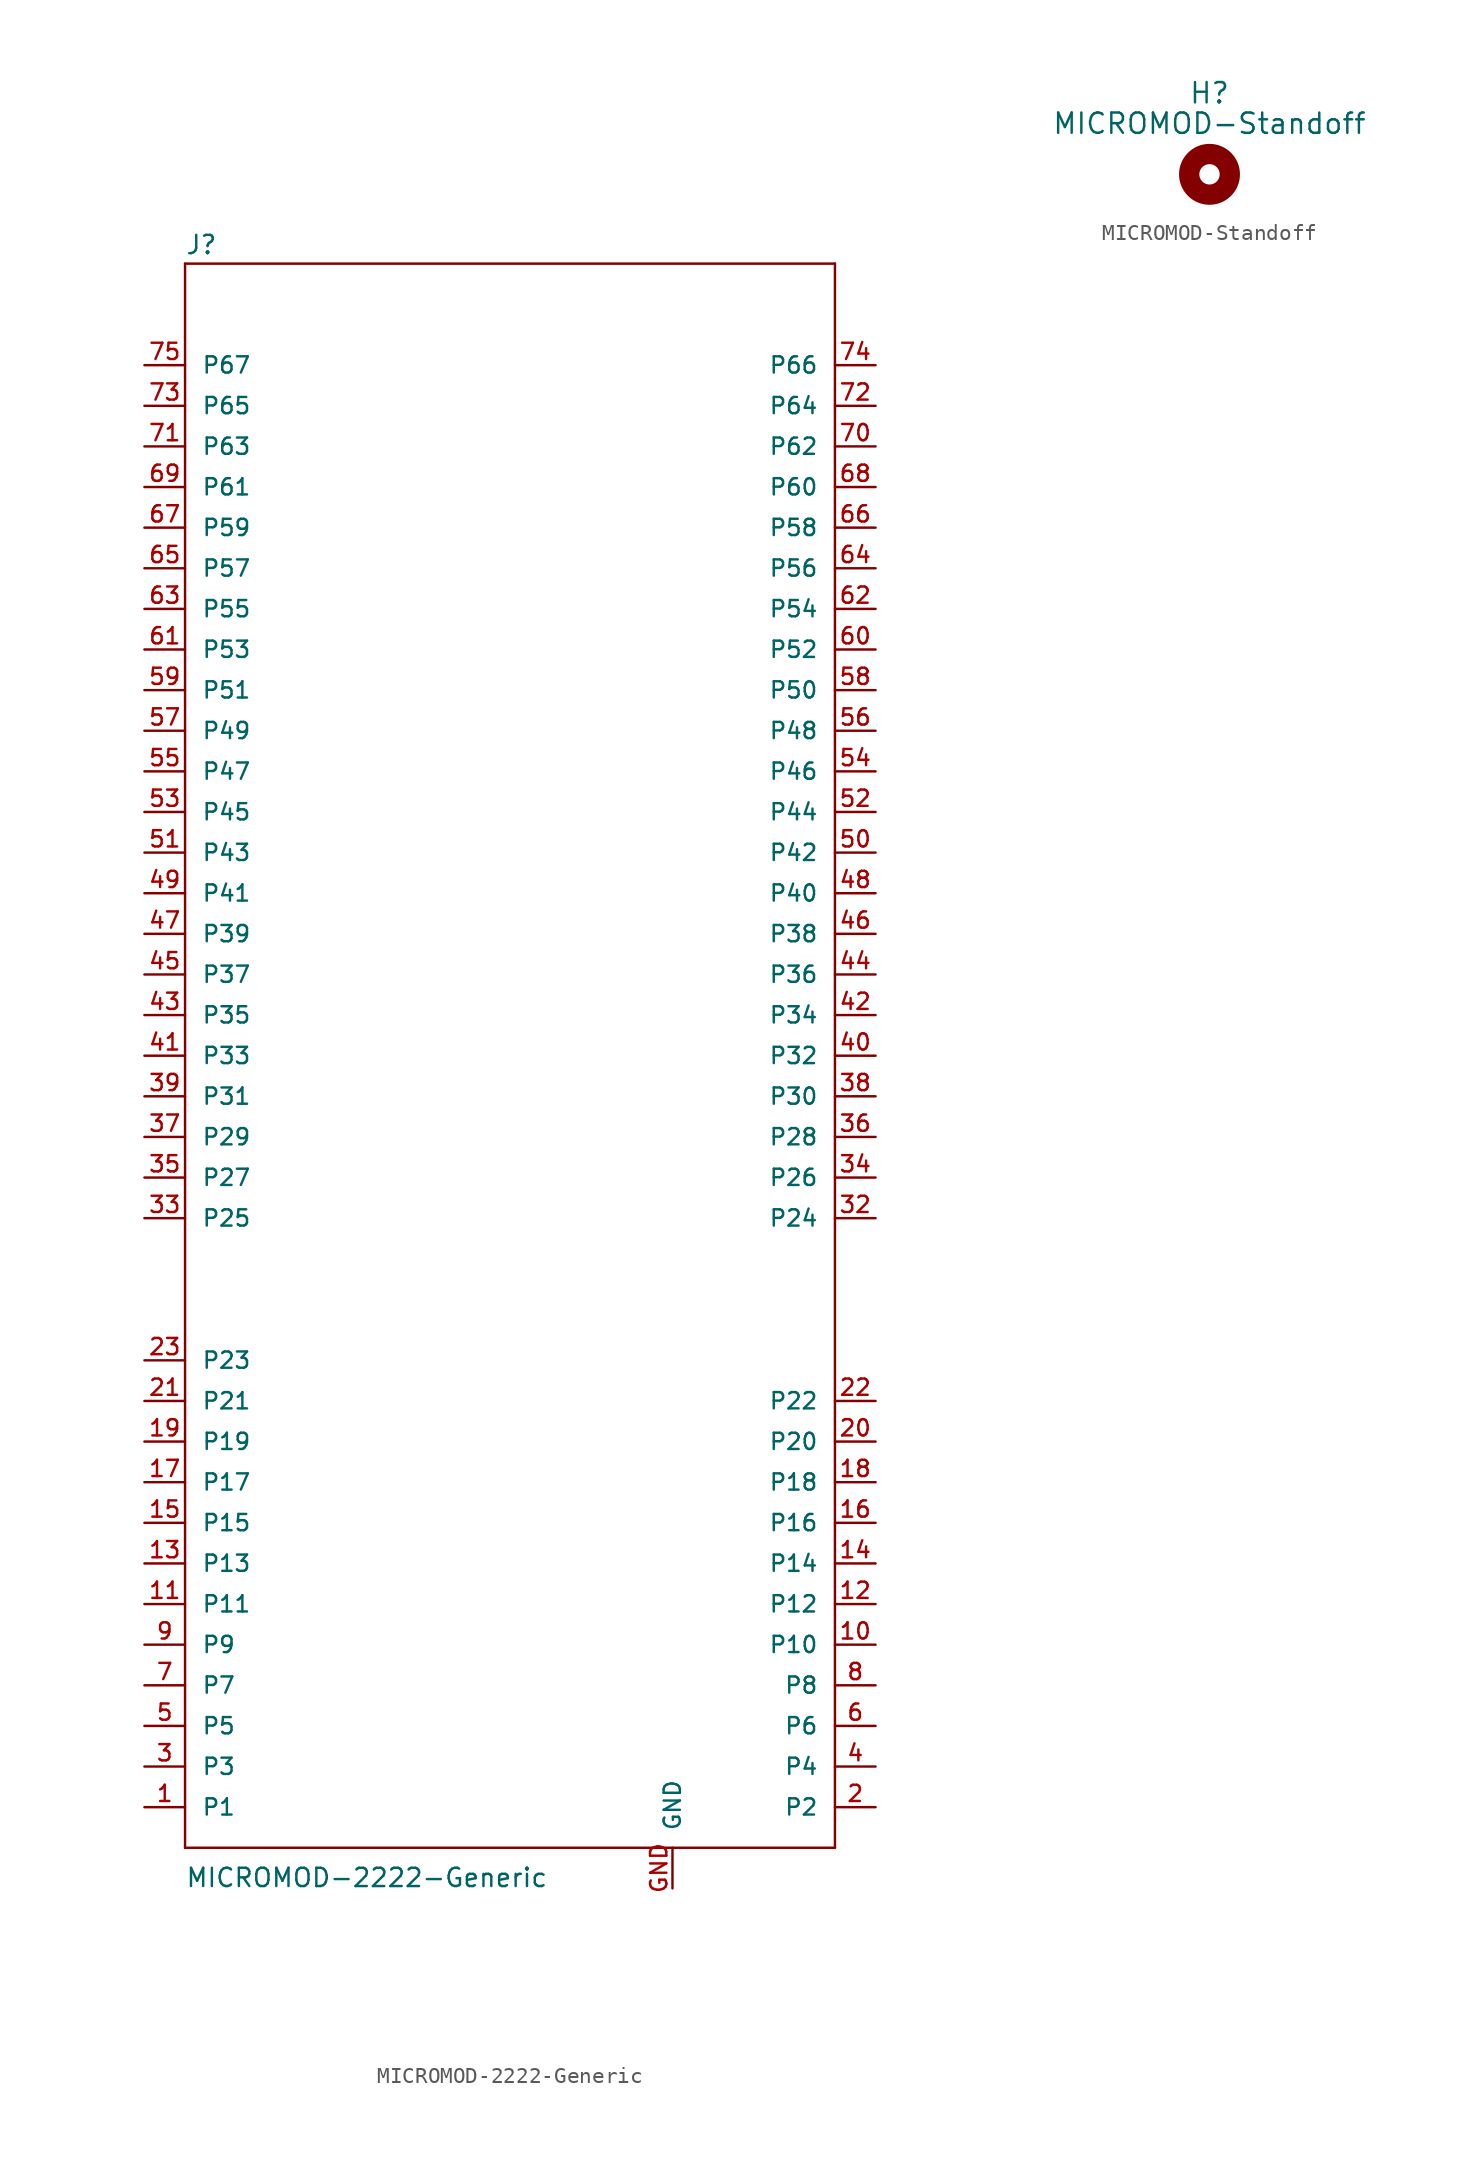
<source format=kicad_sym>
(kicad_symbol_lib
  (version 20231120)
  (generator "kicad_symbol_editor")
  (generator_version "8.0")
  (symbol "MICROMOD-2222-Generic"
    (pin_names
      (offset 1.016))
    (property "Reference" "J"
      (at -20.32 53.848 0)
      (effects (font (size 1.143 1.143)) (justify left bottom)))
    (property "Value" "MICROMOD-2222-Generic"
      (at -20.32 -48.26 0)
      (effects (font (size 1.143 1.143)) (justify left bottom)))
    (symbol "MICROMOD-2222-Generic_1_0"
      (polyline (pts (xy -20.32 -45.72) (xy -20.32 53.34)) (stroke (width 0) (type default)) (fill (type none)))
      (polyline (pts (xy -20.32 53.34) (xy 20.32 53.34)) (stroke (width 0) (type default)) (fill (type none)))
      (polyline (pts (xy 20.32 -45.72) (xy -20.32 -45.72)) (stroke (width 0) (type default)) (fill (type none)))
      (polyline (pts (xy 20.32 53.34) (xy 20.32 -45.72)) (stroke (width 0) (type default)) (fill (type none))))
    (symbol "MICROMOD-2222-Generic_1_1"
      (pin bidirectional line (at -22.86 -43.18 0) (length 2.54) (name "P1" (effects (font (size 1.016 1.016)))) (number "1" (effects (font (size 1.016 1.016)))))
      (pin bidirectional line (at 22.86 -33.02 180) (length 2.54) (name "P10" (effects (font (size 1.016 1.016)))) (number "10" (effects (font (size 1.016 1.016)))))
      (pin bidirectional line (at -22.86 -30.48 0) (length 2.54) (name "P11" (effects (font (size 1.016 1.016)))) (number "11" (effects (font (size 1.016 1.016)))))
      (pin bidirectional line (at 22.86 -30.48 180) (length 2.54) (name "P12" (effects (font (size 1.016 1.016)))) (number "12" (effects (font (size 1.016 1.016)))))
      (pin bidirectional line (at -22.86 -27.94 0) (length 2.54) (name "P13" (effects (font (size 1.016 1.016)))) (number "13" (effects (font (size 1.016 1.016)))))
      (pin bidirectional line (at 22.86 -27.94 180) (length 2.54) (name "P14" (effects (font (size 1.016 1.016)))) (number "14" (effects (font (size 1.016 1.016)))))
      (pin bidirectional line (at -22.86 -25.4 0) (length 2.54) (name "P15" (effects (font (size 1.016 1.016)))) (number "15" (effects (font (size 1.016 1.016)))))
      (pin bidirectional line (at 22.86 -25.4 180) (length 2.54) (name "P16" (effects (font (size 1.016 1.016)))) (number "16" (effects (font (size 1.016 1.016)))))
      (pin bidirectional line (at -22.86 -22.86 0) (length 2.54) (name "P17" (effects (font (size 1.016 1.016)))) (number "17" (effects (font (size 1.016 1.016)))))
      (pin bidirectional line (at 22.86 -22.86 180) (length 2.54) (name "P18" (effects (font (size 1.016 1.016)))) (number "18" (effects (font (size 1.016 1.016)))))
      (pin bidirectional line (at -22.86 -20.32 0) (length 2.54) (name "P19" (effects (font (size 1.016 1.016)))) (number "19" (effects (font (size 1.016 1.016)))))
      (pin bidirectional line (at 22.86 -43.18 180) (length 2.54) (name "P2" (effects (font (size 1.016 1.016)))) (number "2" (effects (font (size 1.016 1.016)))))
      (pin bidirectional line (at 22.86 -20.32 180) (length 2.54) (name "P20" (effects (font (size 1.016 1.016)))) (number "20" (effects (font (size 1.016 1.016)))))
      (pin bidirectional line (at -22.86 -17.78 0) (length 2.54) (name "P21" (effects (font (size 1.016 1.016)))) (number "21" (effects (font (size 1.016 1.016)))))
      (pin bidirectional line (at 22.86 -17.78 180) (length 2.54) (name "P22" (effects (font (size 1.016 1.016)))) (number "22" (effects (font (size 1.016 1.016)))))
      (pin bidirectional line (at -22.86 -15.24 0) (length 2.54) (name "P23" (effects (font (size 1.016 1.016)))) (number "23" (effects (font (size 1.016 1.016)))))
      (pin bidirectional line (at -22.86 -40.64 0) (length 2.54) (name "P3" (effects (font (size 1.016 1.016)))) (number "3" (effects (font (size 1.016 1.016)))))
      (pin bidirectional line (at 22.86 -6.35 180) (length 2.54) (name "P24" (effects (font (size 1.016 1.016)))) (number "32" (effects (font (size 1.016 1.016)))))
      (pin bidirectional line (at -22.86 -6.35 0) (length 2.54) (name "P25" (effects (font (size 1.016 1.016)))) (number "33" (effects (font (size 1.016 1.016)))))
      (pin bidirectional line (at 22.86 -3.81 180) (length 2.54) (name "P26" (effects (font (size 1.016 1.016)))) (number "34" (effects (font (size 1.016 1.016)))))
      (pin bidirectional line (at -22.86 -3.81 0) (length 2.54) (name "P27" (effects (font (size 1.016 1.016)))) (number "35" (effects (font (size 1.016 1.016)))))
      (pin bidirectional line (at 22.86 -1.27 180) (length 2.54) (name "P28" (effects (font (size 1.016 1.016)))) (number "36" (effects (font (size 1.016 1.016)))))
      (pin bidirectional line (at -22.86 -1.27 0) (length 2.54) (name "P29" (effects (font (size 1.016 1.016)))) (number "37" (effects (font (size 1.016 1.016)))))
      (pin bidirectional line (at 22.86 1.27 180) (length 2.54) (name "P30" (effects (font (size 1.016 1.016)))) (number "38" (effects (font (size 1.016 1.016)))))
      (pin bidirectional line (at -22.86 1.27 0) (length 2.54) (name "P31" (effects (font (size 1.016 1.016)))) (number "39" (effects (font (size 1.016 1.016)))))
      (pin bidirectional line (at 22.86 -40.64 180) (length 2.54) (name "P4" (effects (font (size 1.016 1.016)))) (number "4" (effects (font (size 1.016 1.016)))))
      (pin bidirectional line (at 22.86 3.81 180) (length 2.54) (name "P32" (effects (font (size 1.016 1.016)))) (number "40" (effects (font (size 1.016 1.016)))))
      (pin bidirectional line (at -22.86 3.81 0) (length 2.54) (name "P33" (effects (font (size 1.016 1.016)))) (number "41" (effects (font (size 1.016 1.016)))))
      (pin bidirectional line (at 22.86 6.35 180) (length 2.54) (name "P34" (effects (font (size 1.016 1.016)))) (number "42" (effects (font (size 1.016 1.016)))))
      (pin bidirectional line (at -22.86 6.35 0) (length 2.54) (name "P35" (effects (font (size 1.016 1.016)))) (number "43" (effects (font (size 1.016 1.016)))))
      (pin bidirectional line (at 22.86 8.89 180) (length 2.54) (name "P36" (effects (font (size 1.016 1.016)))) (number "44" (effects (font (size 1.016 1.016)))))
      (pin bidirectional line (at -22.86 8.89 0) (length 2.54) (name "P37" (effects (font (size 1.016 1.016)))) (number "45" (effects (font (size 1.016 1.016)))))
      (pin bidirectional line (at 22.86 11.43 180) (length 2.54) (name "P38" (effects (font (size 1.016 1.016)))) (number "46" (effects (font (size 1.016 1.016)))))
      (pin bidirectional line (at -22.86 11.43 0) (length 2.54) (name "P39" (effects (font (size 1.016 1.016)))) (number "47" (effects (font (size 1.016 1.016)))))
      (pin bidirectional line (at 22.86 13.97 180) (length 2.54) (name "P40" (effects (font (size 1.016 1.016)))) (number "48" (effects (font (size 1.016 1.016)))))
      (pin bidirectional line (at -22.86 13.97 0) (length 2.54) (name "P41" (effects (font (size 1.016 1.016)))) (number "49" (effects (font (size 1.016 1.016)))))
      (pin bidirectional line (at -22.86 -38.1 0) (length 2.54) (name "P5" (effects (font (size 1.016 1.016)))) (number "5" (effects (font (size 1.016 1.016)))))
      (pin bidirectional line (at 22.86 16.51 180) (length 2.54) (name "P42" (effects (font (size 1.016 1.016)))) (number "50" (effects (font (size 1.016 1.016)))))
      (pin bidirectional line (at -22.86 16.51 0) (length 2.54) (name "P43" (effects (font (size 1.016 1.016)))) (number "51" (effects (font (size 1.016 1.016)))))
      (pin bidirectional line (at 22.86 19.05 180) (length 2.54) (name "P44" (effects (font (size 1.016 1.016)))) (number "52" (effects (font (size 1.016 1.016)))))
      (pin bidirectional line (at -22.86 19.05 0) (length 2.54) (name "P45" (effects (font (size 1.016 1.016)))) (number "53" (effects (font (size 1.016 1.016)))))
      (pin bidirectional line (at 22.86 21.59 180) (length 2.54) (name "P46" (effects (font (size 1.016 1.016)))) (number "54" (effects (font (size 1.016 1.016)))))
      (pin bidirectional line (at -22.86 21.59 0) (length 2.54) (name "P47" (effects (font (size 1.016 1.016)))) (number "55" (effects (font (size 1.016 1.016)))))
      (pin bidirectional line (at 22.86 24.13 180) (length 2.54) (name "P48" (effects (font (size 1.016 1.016)))) (number "56" (effects (font (size 1.016 1.016)))))
      (pin bidirectional line (at -22.86 24.13 0) (length 2.54) (name "P49" (effects (font (size 1.016 1.016)))) (number "57" (effects (font (size 1.016 1.016)))))
      (pin bidirectional line (at 22.86 26.67 180) (length 2.54) (name "P50" (effects (font (size 1.016 1.016)))) (number "58" (effects (font (size 1.016 1.016)))))
      (pin bidirectional line (at -22.86 26.67 0) (length 2.54) (name "P51" (effects (font (size 1.016 1.016)))) (number "59" (effects (font (size 1.016 1.016)))))
      (pin bidirectional line (at 22.86 -38.1 180) (length 2.54) (name "P6" (effects (font (size 1.016 1.016)))) (number "6" (effects (font (size 1.016 1.016)))))
      (pin bidirectional line (at 22.86 29.21 180) (length 2.54) (name "P52" (effects (font (size 1.016 1.016)))) (number "60" (effects (font (size 1.016 1.016)))))
      (pin bidirectional line (at -22.86 29.21 0) (length 2.54) (name "P53" (effects (font (size 1.016 1.016)))) (number "61" (effects (font (size 1.016 1.016)))))
      (pin bidirectional line (at 22.86 31.75 180) (length 2.54) (name "P54" (effects (font (size 1.016 1.016)))) (number "62" (effects (font (size 1.016 1.016)))))
      (pin bidirectional line (at -22.86 31.75 0) (length 2.54) (name "P55" (effects (font (size 1.016 1.016)))) (number "63" (effects (font (size 1.016 1.016)))))
      (pin bidirectional line (at 22.86 34.29 180) (length 2.54) (name "P56" (effects (font (size 1.016 1.016)))) (number "64" (effects (font (size 1.016 1.016)))))
      (pin bidirectional line (at -22.86 34.29 0) (length 2.54) (name "P57" (effects (font (size 1.016 1.016)))) (number "65" (effects (font (size 1.016 1.016)))))
      (pin bidirectional line (at 22.86 36.83 180) (length 2.54) (name "P58" (effects (font (size 1.016 1.016)))) (number "66" (effects (font (size 1.016 1.016)))))
      (pin bidirectional line (at -22.86 36.83 0) (length 2.54) (name "P59" (effects (font (size 1.016 1.016)))) (number "67" (effects (font (size 1.016 1.016)))))
      (pin bidirectional line (at 22.86 39.37 180) (length 2.54) (name "P60" (effects (font (size 1.016 1.016)))) (number "68" (effects (font (size 1.016 1.016)))))
      (pin bidirectional line (at -22.86 39.37 0) (length 2.54) (name "P61" (effects (font (size 1.016 1.016)))) (number "69" (effects (font (size 1.016 1.016)))))
      (pin bidirectional line (at -22.86 -35.56 0) (length 2.54) (name "P7" (effects (font (size 1.016 1.016)))) (number "7" (effects (font (size 1.016 1.016)))))
      (pin bidirectional line (at 22.86 41.91 180) (length 2.54) (name "P62" (effects (font (size 1.016 1.016)))) (number "70" (effects (font (size 1.016 1.016)))))
      (pin bidirectional line (at -22.86 41.91 0) (length 2.54) (name "P63" (effects (font (size 1.016 1.016)))) (number "71" (effects (font (size 1.016 1.016)))))
      (pin bidirectional line (at 22.86 44.45 180) (length 2.54) (name "P64" (effects (font (size 1.016 1.016)))) (number "72" (effects (font (size 1.016 1.016)))))
      (pin bidirectional line (at -22.86 44.45 0) (length 2.54) (name "P65" (effects (font (size 1.016 1.016)))) (number "73" (effects (font (size 1.016 1.016)))))
      (pin bidirectional line (at 22.86 46.99 180) (length 2.54) (name "P66" (effects (font (size 1.016 1.016)))) (number "74" (effects (font (size 1.016 1.016)))))
      (pin bidirectional line (at -22.86 46.99 0) (length 2.54) (name "P67" (effects (font (size 1.016 1.016)))) (number "75" (effects (font (size 1.016 1.016)))))
      (pin bidirectional line (at 22.86 -35.56 180) (length 2.54) (name "P8" (effects (font (size 1.016 1.016)))) (number "8" (effects (font (size 1.016 1.016)))))
      (pin bidirectional line (at -22.86 -33.02 0) (length 2.54) (name "P9" (effects (font (size 1.016 1.016)))) (number "9" (effects (font (size 1.016 1.016)))))
      (pin bidirectional line (at 10.16 -48.26 90) (length 2.54) (name "GND" (effects (font (size 1.016 1.016)))) (number "GND" (effects (font (size 1.016 1.016)))))))
  (symbol "MICROMOD-Standoff"
    (pin_names
      (offset 1.016))
    (property "Reference" "H"
      (at 0 5.08 0)
      (effects (font (size 1.27 1.27))))
    (property "Value" "MICROMOD-Standoff"
      (at 0 3.175 0)
      (effects (font (size 1.27 1.27))))
    (symbol "MICROMOD-Standoff_0_1"
      (circle (center 0 0) (radius 1.27) (stroke (width 1.27) (type default)) (fill (type none))))))
</source>
